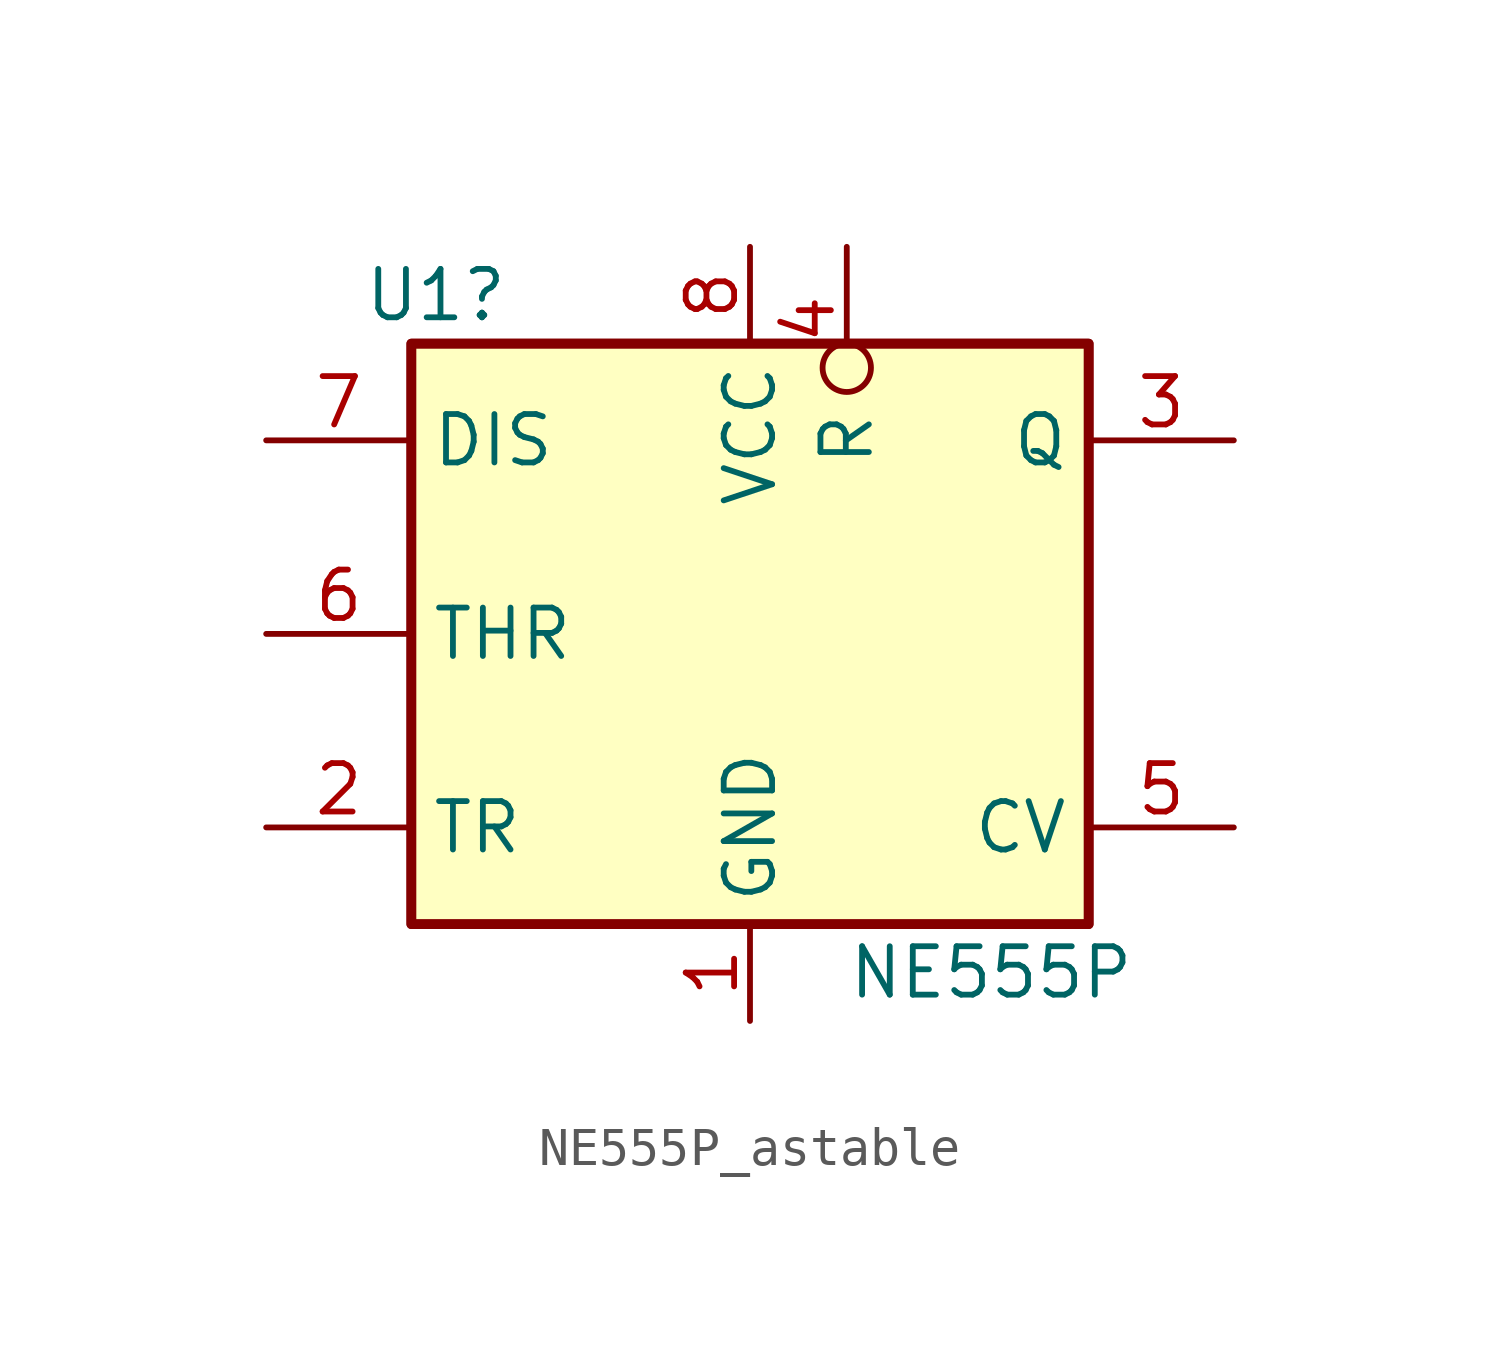
<source format=kicad_sym>
(kicad_symbol_lib
  (version 20211014)
  (generator kicad_symbol_editor)
  (symbol "NE555P_astable"
    (property "Reference" "U1"
      (at -10.16 8.89 0)
      (effects (font (size 1.27 1.27)) (justify left)))
    (property "Value" "NE555P"
      (at 2.54 -8.89 0)
      (effects (font (size 1.27 1.27)) (justify left)))
    (symbol "NE555P_astable_0_0"
      (pin power_in line (at 0 -10.16 90) (length 2.54) (name "GND" (effects (font (size 1.27 1.27)))) (number "1" (effects (font (size 1.27 1.27)))))
      (pin power_in line (at 0 10.16 270) (length 2.54) (name "VCC" (effects (font (size 1.27 1.27)))) (number "8" (effects (font (size 1.27 1.27))))))
    (symbol "NE555P_astable_0_1"
      (rectangle (start -8.89 -7.62) (end 8.89 7.62) (stroke (width 0.254) (type default) (color 0 0 0 0)) (fill (type background)))
      (rectangle (start -8.89 -7.62) (end 8.89 7.62) (stroke (width 0.254) (type default) (color 0 0 0 0)) (fill (type background))))
    (symbol "NE555P_astable_1_1"
      (pin input line (at -12.7 -5.08 0) (length 3.81) (name "TR" (effects (font (size 1.27 1.27)))) (number "2" (effects (font (size 1.27 1.27)))))
      (pin output line (at 12.7 5.08 180) (length 3.81) (name "Q" (effects (font (size 1.27 1.27)))) (number "3" (effects (font (size 1.27 1.27)))))
      (pin input inverted (at 2.54 10.16 270) (length 3.81) (name "R" (effects (font (size 1.27 1.27)))) (number "4" (effects (font (size 1.27 1.27)))))
      (pin input line (at 12.7 -5.08 180) (length 3.81) (name "CV" (effects (font (size 1.27 1.27)))) (number "5" (effects (font (size 1.27 1.27)))))
      (pin input line (at -12.7 0 0) (length 3.81) (name "THR" (effects (font (size 1.27 1.27)))) (number "6" (effects (font (size 1.27 1.27)))))
      (pin input line (at -12.7 5.08 0) (length 3.81) (name "DIS" (effects (font (size 1.27 1.27)))) (number "7" (effects (font (size 1.27 1.27))))))))
</source>
